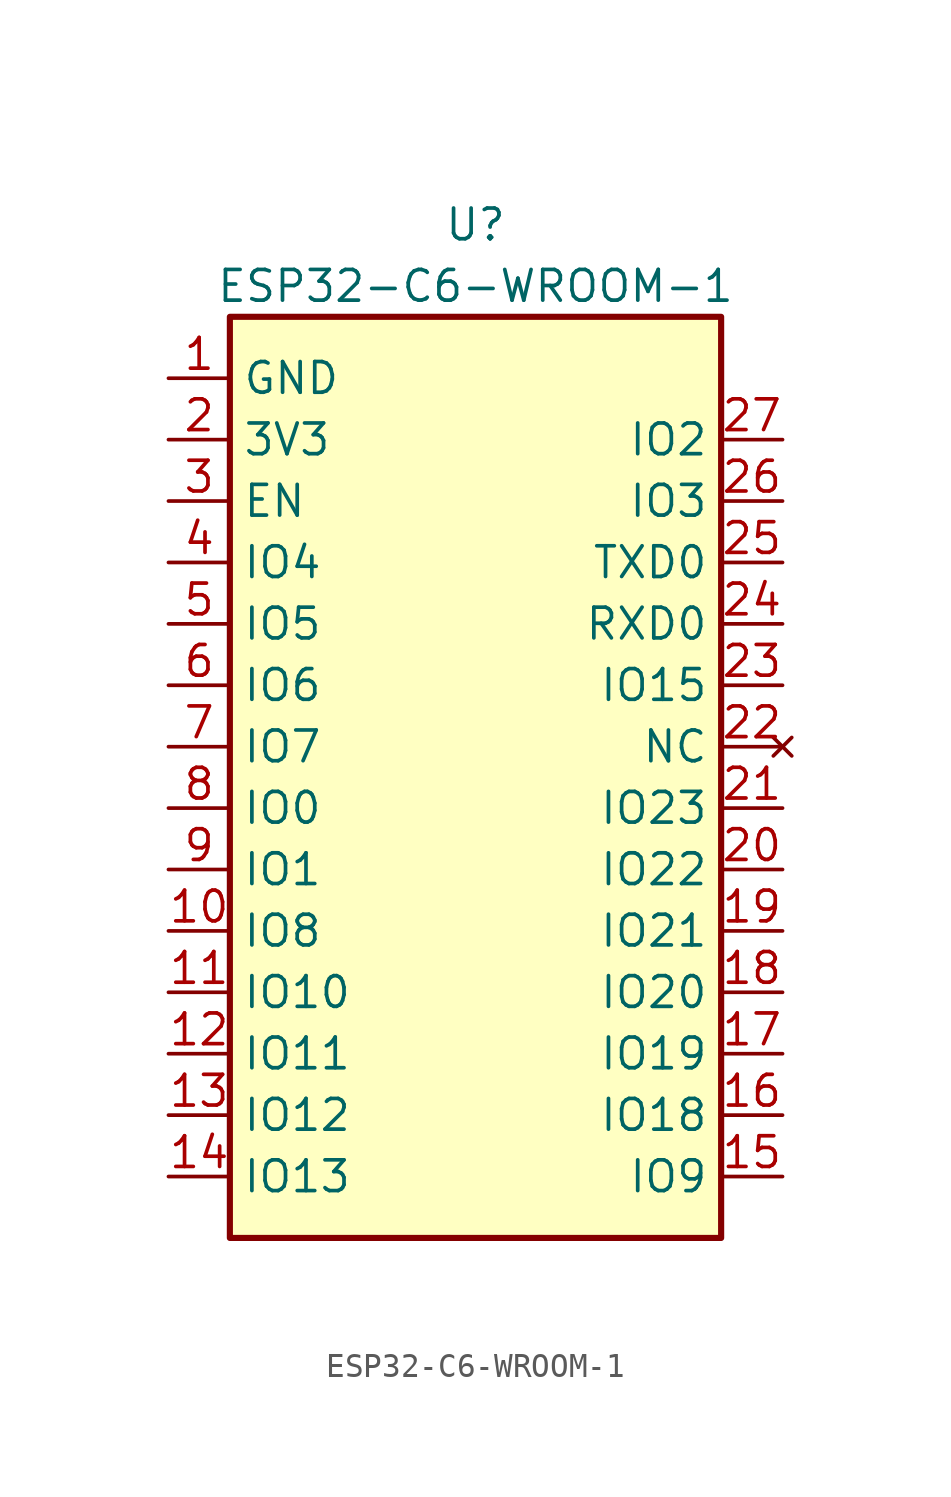
<source format=kicad_sym>
(kicad_symbol_lib
  (version 20241209)
  (generator "kicad_symbol_editor")
  (generator_version "9.0")
  (symbol "ESP32-C6-WROOM-1"
    (property "Reference" "U"
      (at 0 22.86 0)
      (effects (font (size 1.27 1.27))))
    (property "Value" "ESP32-C6-WROOM-1"
      (at 0 20.32 0)
      (effects (font (size 1.27 1.27))))
    (symbol "ESP32-C6-WROOM-1_1_1"
      (rectangle (start -10.16 19.05) (end 10.16 -19.05) (stroke (width 0.254) (type default)) (fill (type background)))
      (pin power_in line (at -12.7 16.51 0) (length 2.54) (name "GND" (effects (font (size 1.27 1.27)))) (number "1" (effects (font (size 1.27 1.27)))))
      (pin power_in line (at -12.7 16.51 0) (length 2.54) (hide yes) (name "GND" (effects (font (size 1.27 1.27)))) (number "28" (effects (font (size 1.27 1.27)))))
      (pin power_in line (at -12.7 16.51 0) (length 2.54) (hide yes) (name "GND" (effects (font (size 1.27 1.27)))) (number "29" (effects (font (size 1.27 1.27)))))
      (pin power_in line (at -12.7 16.51 0) (length 2.54) (hide yes) (name "GND" (effects (font (size 1.27 1.27)))) (number "30" (effects (font (size 1.27 1.27)))))
      (pin power_in line (at -12.7 16.51 0) (length 2.54) (hide yes) (name "GND" (effects (font (size 1.27 1.27)))) (number "31" (effects (font (size 1.27 1.27)))))
      (pin power_in line (at -12.7 16.51 0) (length 2.54) (hide yes) (name "GND" (effects (font (size 1.27 1.27)))) (number "32" (effects (font (size 1.27 1.27)))))
      (pin power_in line (at -12.7 16.51 0) (length 2.54) (hide yes) (name "GND" (effects (font (size 1.27 1.27)))) (number "33" (effects (font (size 1.27 1.27)))))
      (pin power_in line (at -12.7 16.51 0) (length 2.54) (hide yes) (name "GND" (effects (font (size 1.27 1.27)))) (number "34" (effects (font (size 1.27 1.27)))))
      (pin power_in line (at -12.7 16.51 0) (length 2.54) (hide yes) (name "GND" (effects (font (size 1.27 1.27)))) (number "35" (effects (font (size 1.27 1.27)))))
      (pin power_in line (at -12.7 16.51 0) (length 2.54) (hide yes) (name "GND" (effects (font (size 1.27 1.27)))) (number "36" (effects (font (size 1.27 1.27)))))
      (pin power_in line (at -12.7 16.51 0) (length 2.54) (hide yes) (name "GND" (effects (font (size 1.27 1.27)))) (number "37" (effects (font (size 1.27 1.27)))))
      (pin power_in line (at -12.7 13.97 0) (length 2.54) (name "3V3" (effects (font (size 1.27 1.27)))) (number "2" (effects (font (size 1.27 1.27)))))
      (pin input line (at -12.7 11.43 0) (length 2.54) (name "EN" (effects (font (size 1.27 1.27)))) (number "3" (effects (font (size 1.27 1.27)))))
      (pin bidirectional line (at -12.7 8.89 0) (length 2.54) (name "IO4" (effects (font (size 1.27 1.27)))) (number "4" (effects (font (size 1.27 1.27)))))
      (pin bidirectional line (at -12.7 6.35 0) (length 2.54) (name "IO5" (effects (font (size 1.27 1.27)))) (number "5" (effects (font (size 1.27 1.27)))))
      (pin bidirectional line (at -12.7 3.81 0) (length 2.54) (name "IO6" (effects (font (size 1.27 1.27)))) (number "6" (effects (font (size 1.27 1.27)))))
      (pin bidirectional line (at -12.7 1.27 0) (length 2.54) (name "IO7" (effects (font (size 1.27 1.27)))) (number "7" (effects (font (size 1.27 1.27)))))
      (pin bidirectional line (at -12.7 -1.27 0) (length 2.54) (name "IO0" (effects (font (size 1.27 1.27)))) (number "8" (effects (font (size 1.27 1.27)))))
      (pin bidirectional line (at -12.7 -3.81 0) (length 2.54) (name "IO1" (effects (font (size 1.27 1.27)))) (number "9" (effects (font (size 1.27 1.27)))))
      (pin bidirectional line (at -12.7 -6.35 0) (length 2.54) (name "IO8" (effects (font (size 1.27 1.27)))) (number "10" (effects (font (size 1.27 1.27)))))
      (pin bidirectional line (at -12.7 -8.89 0) (length 2.54) (name "IO10" (effects (font (size 1.27 1.27)))) (number "11" (effects (font (size 1.27 1.27)))))
      (pin bidirectional line (at -12.7 -11.43 0) (length 2.54) (name "IO11" (effects (font (size 1.27 1.27)))) (number "12" (effects (font (size 1.27 1.27)))))
      (pin bidirectional line (at -12.7 -13.97 0) (length 2.54) (name "IO12" (effects (font (size 1.27 1.27)))) (number "13" (effects (font (size 1.27 1.27)))))
      (pin bidirectional line (at -12.7 -16.51 0) (length 2.54) (name "IO13" (effects (font (size 1.27 1.27)))) (number "14" (effects (font (size 1.27 1.27)))))
      (pin bidirectional line (at 12.7 13.97 180) (length 2.54) (name "IO2" (effects (font (size 1.27 1.27)))) (number "27" (effects (font (size 1.27 1.27)))))
      (pin bidirectional line (at 12.7 11.43 180) (length 2.54) (name "IO3" (effects (font (size 1.27 1.27)))) (number "26" (effects (font (size 1.27 1.27)))))
      (pin output line (at 12.7 8.89 180) (length 2.54) (name "TXD0" (effects (font (size 1.27 1.27)))) (number "25" (effects (font (size 1.27 1.27)))))
      (pin input line (at 12.7 6.35 180) (length 2.54) (name "RXD0" (effects (font (size 1.27 1.27)))) (number "24" (effects (font (size 1.27 1.27)))))
      (pin bidirectional line (at 12.7 3.81 180) (length 2.54) (name "IO15" (effects (font (size 1.27 1.27)))) (number "23" (effects (font (size 1.27 1.27)))))
      (pin no_connect line (at 12.7 1.27 180) (length 2.54) (name "NC" (effects (font (size 1.27 1.27)))) (number "22" (effects (font (size 1.27 1.27)))))
      (pin bidirectional line (at 12.7 -1.27 180) (length 2.54) (name "IO23" (effects (font (size 1.27 1.27)))) (number "21" (effects (font (size 1.27 1.27)))))
      (pin bidirectional line (at 12.7 -3.81 180) (length 2.54) (name "IO22" (effects (font (size 1.27 1.27)))) (number "20" (effects (font (size 1.27 1.27)))))
      (pin bidirectional line (at 12.7 -6.35 180) (length 2.54) (name "IO21" (effects (font (size 1.27 1.27)))) (number "19" (effects (font (size 1.27 1.27)))))
      (pin bidirectional line (at 12.7 -8.89 180) (length 2.54) (name "IO20" (effects (font (size 1.27 1.27)))) (number "18" (effects (font (size 1.27 1.27)))))
      (pin bidirectional line (at 12.7 -11.43 180) (length 2.54) (name "IO19" (effects (font (size 1.27 1.27)))) (number "17" (effects (font (size 1.27 1.27)))))
      (pin bidirectional line (at 12.7 -13.97 180) (length 2.54) (name "IO18" (effects (font (size 1.27 1.27)))) (number "16" (effects (font (size 1.27 1.27)))))
      (pin bidirectional line (at 12.7 -16.51 180) (length 2.54) (name "IO9" (effects (font (size 1.27 1.27)))) (number "15" (effects (font (size 1.27 1.27))))))))
</source>
